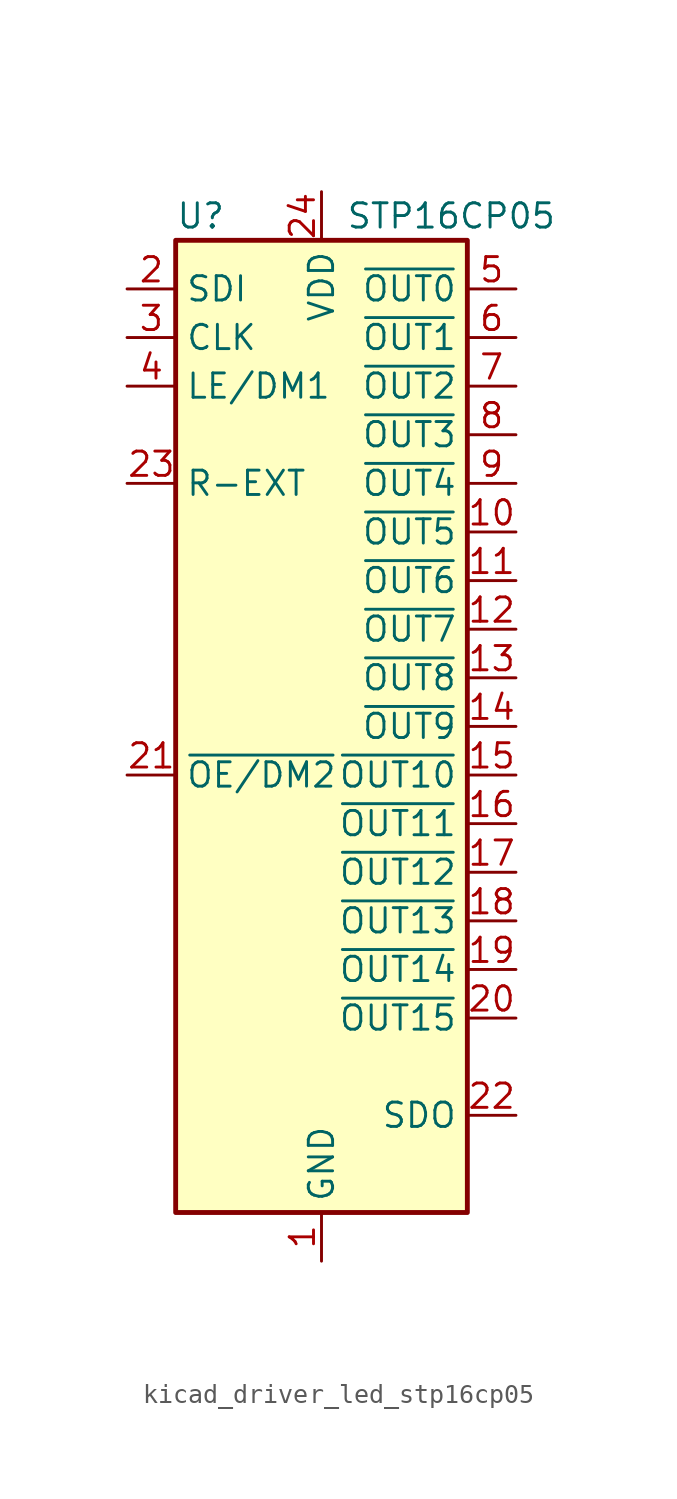
<source format=kicad_sym>
(kicad_symbol_lib
  (version 20220914)
  (generator kicad_symbol_editor)
  (symbol "kicad_driver_led_stp16cp05"
    (property "Reference" "U"
      (at -7.62 26.67 0)
      (effects (font (size 1.27 1.27)) (justify left)))
    (property "Value" "STP16CP05"
      (at 1.27 26.67 0)
      (effects (font (size 1.27 1.27)) (justify left)))
    (symbol "kicad_driver_led_stp16cp05_0_1"
      (rectangle (start -7.62 25.4) (end 7.62 -25.4) (stroke (width 0.254) (type default)) (fill (type background))))
    (symbol "kicad_driver_led_stp16cp05_1_1"
      (pin power_in line (at 0 -27.94 90) (length 2.54) (name "GND" (effects (font (size 1.27 1.27)))) (number "1" (effects (font (size 1.27 1.27)))))
      (pin output line (at 10.16 10.16 180) (length 2.54) (name "~{OUT5}" (effects (font (size 1.27 1.27)))) (number "10" (effects (font (size 1.27 1.27)))))
      (pin output line (at 10.16 7.62 180) (length 2.54) (name "~{OUT6}" (effects (font (size 1.27 1.27)))) (number "11" (effects (font (size 1.27 1.27)))))
      (pin output line (at 10.16 5.08 180) (length 2.54) (name "~{OUT7}" (effects (font (size 1.27 1.27)))) (number "12" (effects (font (size 1.27 1.27)))))
      (pin output line (at 10.16 2.54 180) (length 2.54) (name "~{OUT8}" (effects (font (size 1.27 1.27)))) (number "13" (effects (font (size 1.27 1.27)))))
      (pin output line (at 10.16 0 180) (length 2.54) (name "~{OUT9}" (effects (font (size 1.27 1.27)))) (number "14" (effects (font (size 1.27 1.27)))))
      (pin output line (at 10.16 -2.54 180) (length 2.54) (name "~{OUT10}" (effects (font (size 1.27 1.27)))) (number "15" (effects (font (size 1.27 1.27)))))
      (pin output line (at 10.16 -5.08 180) (length 2.54) (name "~{OUT11}" (effects (font (size 1.27 1.27)))) (number "16" (effects (font (size 1.27 1.27)))))
      (pin output line (at 10.16 -7.62 180) (length 2.54) (name "~{OUT12}" (effects (font (size 1.27 1.27)))) (number "17" (effects (font (size 1.27 1.27)))))
      (pin output line (at 10.16 -10.16 180) (length 2.54) (name "~{OUT13}" (effects (font (size 1.27 1.27)))) (number "18" (effects (font (size 1.27 1.27)))))
      (pin output line (at 10.16 -12.7 180) (length 2.54) (name "~{OUT14}" (effects (font (size 1.27 1.27)))) (number "19" (effects (font (size 1.27 1.27)))))
      (pin input line (at -10.16 22.86 0) (length 2.54) (name "SDI" (effects (font (size 1.27 1.27)))) (number "2" (effects (font (size 1.27 1.27)))))
      (pin output line (at 10.16 -15.24 180) (length 2.54) (name "~{OUT15}" (effects (font (size 1.27 1.27)))) (number "20" (effects (font (size 1.27 1.27)))))
      (pin input line (at -10.16 -2.54 0) (length 2.54) (name "~{OE/DM2}" (effects (font (size 1.27 1.27)))) (number "21" (effects (font (size 1.27 1.27)))))
      (pin output line (at 10.16 -20.32 180) (length 2.54) (name "SDO" (effects (font (size 1.27 1.27)))) (number "22" (effects (font (size 1.27 1.27)))))
      (pin passive line (at -10.16 12.7 0) (length 2.54) (name "R-EXT" (effects (font (size 1.27 1.27)))) (number "23" (effects (font (size 1.27 1.27)))))
      (pin power_in line (at 0 27.94 270) (length 2.54) (name "VDD" (effects (font (size 1.27 1.27)))) (number "24" (effects (font (size 1.27 1.27)))))
      (pin input line (at -10.16 20.32 0) (length 2.54) (name "CLK" (effects (font (size 1.27 1.27)))) (number "3" (effects (font (size 1.27 1.27)))))
      (pin input line (at -10.16 17.78 0) (length 2.54) (name "LE/DM1" (effects (font (size 1.27 1.27)))) (number "4" (effects (font (size 1.27 1.27)))))
      (pin output line (at 10.16 22.86 180) (length 2.54) (name "~{OUT0}" (effects (font (size 1.27 1.27)))) (number "5" (effects (font (size 1.27 1.27)))))
      (pin output line (at 10.16 20.32 180) (length 2.54) (name "~{OUT1}" (effects (font (size 1.27 1.27)))) (number "6" (effects (font (size 1.27 1.27)))))
      (pin output line (at 10.16 17.78 180) (length 2.54) (name "~{OUT2}" (effects (font (size 1.27 1.27)))) (number "7" (effects (font (size 1.27 1.27)))))
      (pin output line (at 10.16 15.24 180) (length 2.54) (name "~{OUT3}" (effects (font (size 1.27 1.27)))) (number "8" (effects (font (size 1.27 1.27)))))
      (pin output line (at 10.16 12.7 180) (length 2.54) (name "~{OUT4}" (effects (font (size 1.27 1.27)))) (number "9" (effects (font (size 1.27 1.27))))))))
</source>
